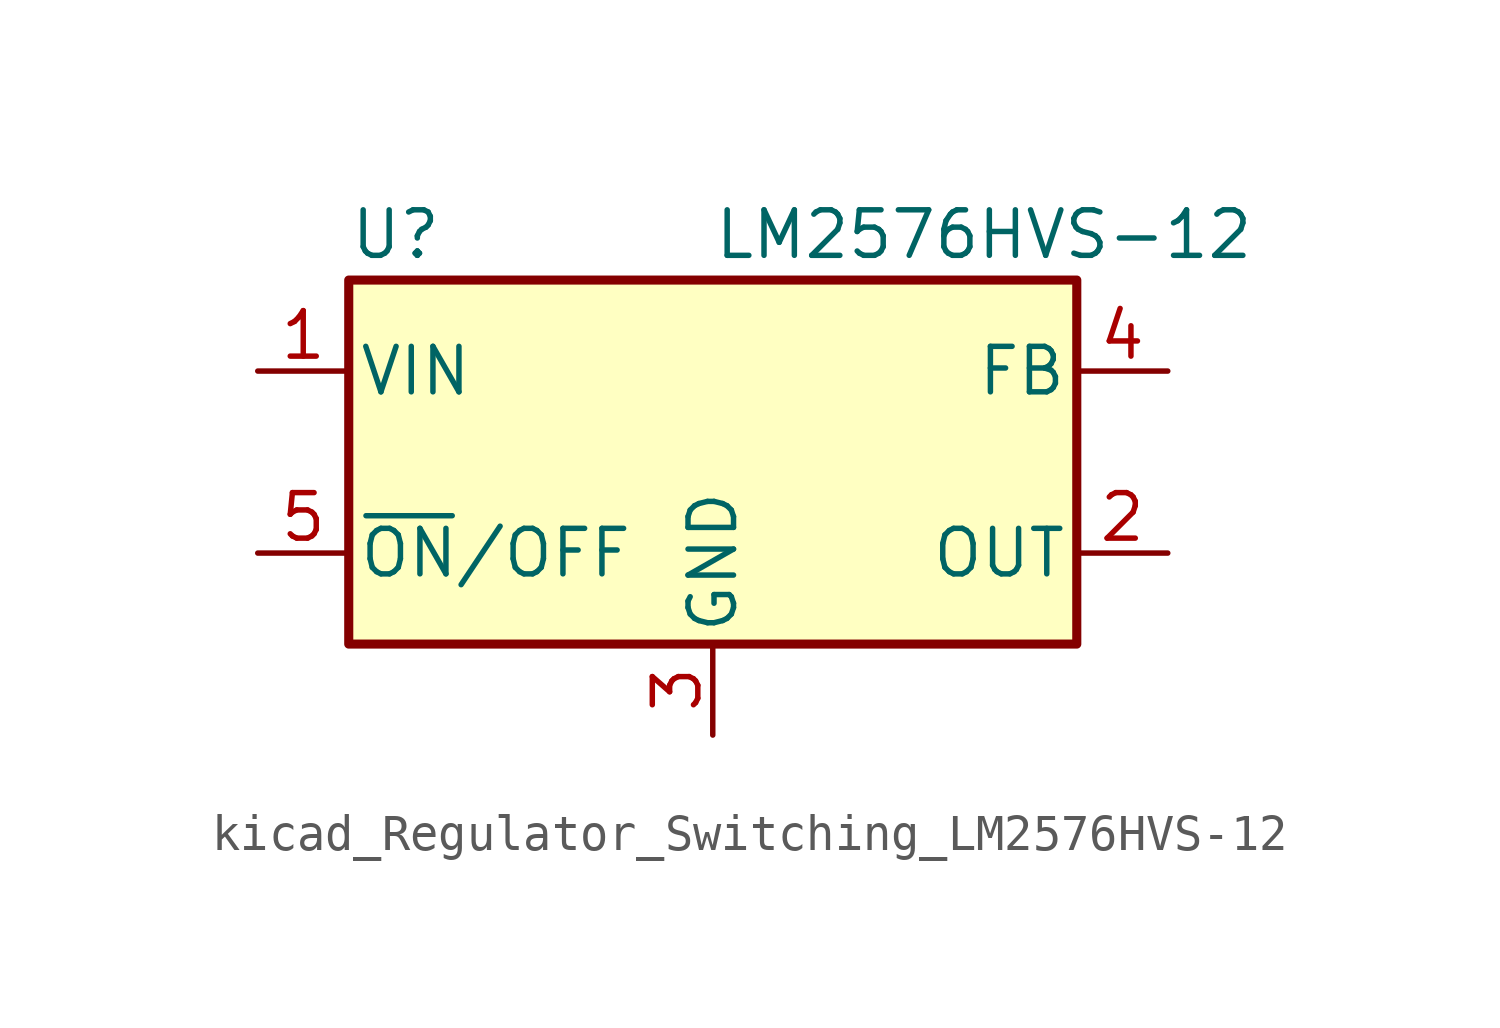
<source format=kicad_sym>
(kicad_symbol_lib
  (version 20220914)
  (generator kicad_symbol_editor)
  (symbol "kicad_Regulator_Switching_LM2576HVS-12"
    (pin_names
      (offset 0.254))
    (property "Reference" "U"
      (at -10.16 6.35 0)
      (effects (font (size 1.27 1.27)) (justify left)))
    (property "Value" "LM2576HVS-12"
      (at 0 6.35 0)
      (effects (font (size 1.27 1.27)) (justify left)))
    (symbol "kicad_Regulator_Switching_LM2576HVS-12_0_1"
      (rectangle (start -10.16 5.08) (end 10.16 -5.08) (stroke (width 0.254) (type default)) (fill (type background))))
    (symbol "kicad_Regulator_Switching_LM2576HVS-12_1_1"
      (pin power_in line (at -12.7 2.54 0) (length 2.54) (name "VIN" (effects (font (size 1.27 1.27)))) (number "1" (effects (font (size 1.27 1.27)))))
      (pin output line (at 12.7 -2.54 180) (length 2.54) (name "OUT" (effects (font (size 1.27 1.27)))) (number "2" (effects (font (size 1.27 1.27)))))
      (pin power_in line (at 0 -7.62 90) (length 2.54) (name "GND" (effects (font (size 1.27 1.27)))) (number "3" (effects (font (size 1.27 1.27)))))
      (pin input line (at 12.7 2.54 180) (length 2.54) (name "FB" (effects (font (size 1.27 1.27)))) (number "4" (effects (font (size 1.27 1.27)))))
      (pin input line (at -12.7 -2.54 0) (length 2.54) (name "~{ON}/OFF" (effects (font (size 1.27 1.27)))) (number "5" (effects (font (size 1.27 1.27))))))))
</source>
